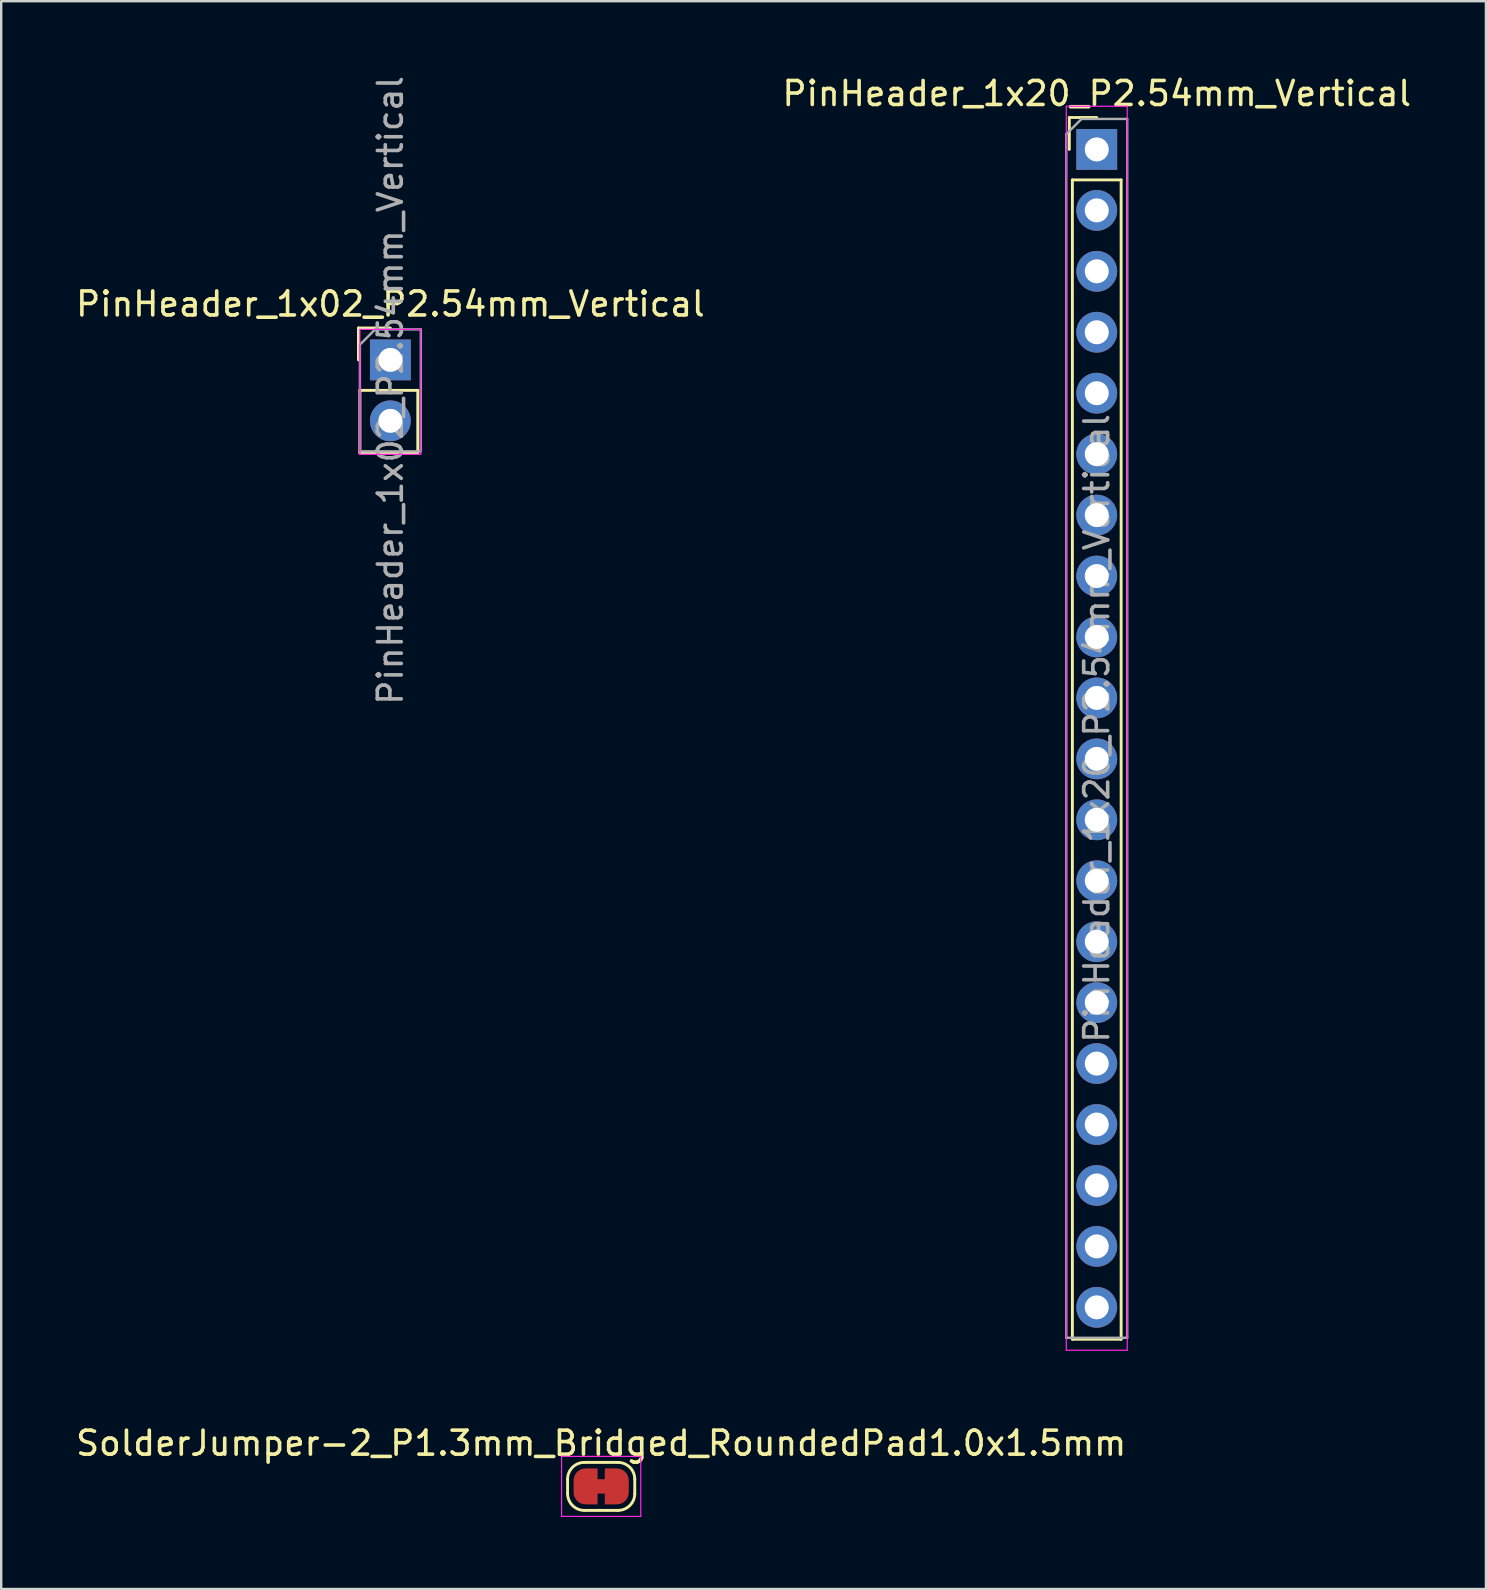
<source format=kicad_pcb>
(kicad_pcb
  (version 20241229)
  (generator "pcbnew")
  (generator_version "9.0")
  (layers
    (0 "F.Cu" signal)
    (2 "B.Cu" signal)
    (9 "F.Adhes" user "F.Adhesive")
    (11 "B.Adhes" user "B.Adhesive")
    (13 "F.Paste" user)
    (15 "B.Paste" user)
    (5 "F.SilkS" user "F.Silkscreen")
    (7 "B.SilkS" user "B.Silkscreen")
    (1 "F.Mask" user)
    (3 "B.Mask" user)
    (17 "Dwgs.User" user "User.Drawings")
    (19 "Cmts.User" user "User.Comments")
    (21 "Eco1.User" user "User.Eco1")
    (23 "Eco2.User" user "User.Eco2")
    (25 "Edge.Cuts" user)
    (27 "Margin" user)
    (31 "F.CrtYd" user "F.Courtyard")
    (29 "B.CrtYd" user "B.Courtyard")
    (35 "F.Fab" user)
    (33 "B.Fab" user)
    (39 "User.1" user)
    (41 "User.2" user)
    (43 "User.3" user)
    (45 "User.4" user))
  (footprint "SolderJumper-2_P1.3mm_Bridged_RoundedPad1.0x1.5mm"
    (layer "F.Cu")
    (at 22.006 58.901)
    (property "Reference" "SolderJumper-2_P1.3mm_Bridged_RoundedPad1.0x1.5mm" (at 0 -1.8 0) (layer "F.SilkS") (effects (font (size 1 1) (thickness 0.15))))
    (attr exclude_from_pos_files exclude_from_bom)
    (fp_poly (pts (xy 0.25 -0.3) (xy -0.25 -0.3) (xy -0.25 0.3) (xy 0.25 0.3)) (stroke (width 0) (type solid)) (fill yes) (layer "F.Cu"))
    (fp_line (start -1.4 0.3) (end -1.4 -0.3) (stroke (width 0.12) (type solid)) (layer "F.SilkS"))
    (fp_line (start -0.7 -1) (end 0.7 -1) (stroke (width 0.12) (type solid)) (layer "F.SilkS"))
    (fp_line (start 0.7 1) (end -0.7 1) (stroke (width 0.12) (type solid)) (layer "F.SilkS"))
    (fp_line (start 1.4 -0.3) (end 1.4 0.3) (stroke (width 0.12) (type solid)) (layer "F.SilkS"))
    (fp_arc (start -1.4 -0.3) (mid -1.194975 -0.794975) (end -0.7 -1) (stroke (width 0.12) (type solid)) (layer "F.SilkS"))
    (fp_arc (start -0.7 1) (mid -1.194975 0.794975) (end -1.4 0.3) (stroke (width 0.12) (type solid)) (layer "F.SilkS"))
    (fp_arc (start 0.7 -1) (mid 1.194975 -0.794975) (end 1.4 -0.3) (stroke (width 0.12) (type solid)) (layer "F.SilkS"))
    (fp_arc (start 1.4 0.3) (mid 1.194975 0.794975) (end 0.7 1) (stroke (width 0.12) (type solid)) (layer "F.SilkS"))
    (fp_line (start -1.65 -1.25) (end -1.65 1.25) (stroke (width 0.05) (type solid)) (layer "F.CrtYd"))
    (fp_line (start -1.65 -1.25) (end 1.65 -1.25) (stroke (width 0.05) (type solid)) (layer "F.CrtYd"))
    (fp_line (start 1.65 1.25) (end -1.65 1.25) (stroke (width 0.05) (type solid)) (layer "F.CrtYd"))
    (fp_line (start 1.65 1.25) (end 1.65 -1.25) (stroke (width 0.05) (type solid)) (layer "F.CrtYd"))
    (pad "1" smd custom (at -0.65 0) (size 1 0.5) (layers "F.Cu" "F.Mask") (options (anchor rect)) (primitives (gr_circle (center 0 0.25) (end 0.5 0.25) (width 0) (fill yes)) (gr_circle (center 0 -0.25) (end 0.5 -0.25) (width 0) (fill yes)) (gr_poly (pts (xy 0.5 0.75) (xy 0 0.75) (xy 0 -0.75) (xy 0.5 -0.75)) (width 0) (fill yes))))
    (pad "2" smd custom (at 0.65 0) (size 1 0.5) (layers "F.Cu" "F.Mask") (options (anchor rect)) (primitives (gr_circle (center 0 0.25) (end 0.5 0.25) (width 0) (fill yes)) (gr_circle (center 0 -0.25) (end 0.5 -0.25) (width 0) (fill yes)) (gr_poly (pts (xy 0 0.75) (xy -0.5 0.75) (xy -0.5 -0.75) (xy 0 -0.75)) (width 0) (fill yes)))))
  (footprint "PinHeader_1x02_P2.54mm_Vertical"
    (layer "F.Cu")
    (at 13.22 11.95)
    (property "Reference" "PinHeader_1x02_P2.54mm_Vertical" (at 0 -2.33 0) (layer "F.SilkS") (effects (font (size 1 1) (thickness 0.15))))
    (attr through_hole)
    (fp_line (start -1.33 -1.33) (end 0 -1.33) (stroke (width 0.12) (type solid)) (layer "F.SilkS"))
    (fp_line (start -1.33 0) (end -1.33 -1.33) (stroke (width 0.12) (type solid)) (layer "F.SilkS"))
    (fp_line (start -1.27 1.27) (end -1.27 3.87) (stroke (width 0.12) (type solid)) (layer "F.SilkS"))
    (fp_line (start -1.27 1.27) (end 1.143 1.27) (stroke (width 0.12) (type solid)) (layer "F.SilkS"))
    (fp_line (start -1.27 3.87) (end 1.143 3.87) (stroke (width 0.12) (type solid)) (layer "F.SilkS"))
    (fp_line (start 1.143 1.27) (end 1.143 3.87) (stroke (width 0.12) (type solid)) (layer "F.SilkS"))
    (fp_line (start -1.27 -1.27) (end -1.27 3.937) (stroke (width 0.05) (type solid)) (layer "F.CrtYd"))
    (fp_line (start -1.27 3.937) (end 1.27 3.937) (stroke (width 0.05) (type solid)) (layer "F.CrtYd"))
    (fp_line (start 1.27 -1.27) (end -1.27 -1.27) (stroke (width 0.05) (type solid)) (layer "F.CrtYd"))
    (fp_line (start 1.27 3.937) (end 1.27 -1.27) (stroke (width 0.05) (type solid)) (layer "F.CrtYd"))
    (fp_line (start -1.27 -0.635) (end -0.635 -1.27) (stroke (width 0.1) (type solid)) (layer "F.Fab"))
    (fp_line (start -1.27 3.81) (end -1.27 -0.635) (stroke (width 0.1) (type solid)) (layer "F.Fab"))
    (fp_line (start -0.635 -1.27) (end 1.27 -1.27) (stroke (width 0.1) (type solid)) (layer "F.Fab"))
    (fp_line (start 1.27 -1.27) (end 1.27 3.81) (stroke (width 0.1) (type solid)) (layer "F.Fab"))
    (fp_line (start 1.27 3.81) (end -1.27 3.81) (stroke (width 0.1) (type solid)) (layer "F.Fab"))
    (fp_text user "${REFERENCE}" (at 0 1.27 90) (layer "F.Fab") (effects (font (size 1 1) (thickness 0.15))))
    (pad "1" thru_hole rect (at 0 0) (size 1.7 1.7) (drill 1) (layers "*.Cu" "*.Mask"))
    (pad "2" thru_hole oval (at 0 2.54) (size 1.7 1.7) (drill 1) (layers "*.Cu" "*.Mask")))
  (footprint "PinHeader_1x20_P2.54mm_Vertical"
    (layer "F.Cu")
    (at 42.661 3.178)
    (property "Reference" "PinHeader_1x20_P2.54mm_Vertical" (at 0 -2.33 0) (layer "F.SilkS") (effects (font (size 1 1) (thickness 0.15))))
    (attr through_hole)
    (fp_line (start -1.143 -1.33) (end 0 -1.33) (stroke (width 0.12) (type solid)) (layer "F.SilkS"))
    (fp_line (start -1.143 0) (end -1.143 -1.33) (stroke (width 0.12) (type solid)) (layer "F.SilkS"))
    (fp_line (start -1.016 1.27) (end -1.016 49.59) (stroke (width 0.12) (type solid)) (layer "F.SilkS"))
    (fp_line (start -1.016 1.27) (end 1.016 1.27) (stroke (width 0.12) (type solid)) (layer "F.SilkS"))
    (fp_line (start -1.016 49.59) (end 1.016 49.59) (stroke (width 0.12) (type solid)) (layer "F.SilkS"))
    (fp_line (start 1.016 1.27) (end 1.016 49.59) (stroke (width 0.12) (type solid)) (layer "F.SilkS"))
    (fp_line (start -1.27 -1.8) (end -1.27 50.05) (stroke (width 0.05) (type solid)) (layer "F.CrtYd"))
    (fp_line (start -1.27 50.05) (end 1.27 50.05) (stroke (width 0.05) (type solid)) (layer "F.CrtYd"))
    (fp_line (start 1.27 -1.8) (end -1.27 -1.8) (stroke (width 0.05) (type solid)) (layer "F.CrtYd"))
    (fp_line (start 1.27 50.05) (end 1.27 -1.8) (stroke (width 0.05) (type solid)) (layer "F.CrtYd"))
    (fp_line (start -1.27 -0.635) (end -0.635 -1.27) (stroke (width 0.1) (type solid)) (layer "F.Fab"))
    (fp_line (start -1.27 49.53) (end -1.27 -0.635) (stroke (width 0.1) (type solid)) (layer "F.Fab"))
    (fp_line (start -0.635 -1.27) (end 1.27 -1.27) (stroke (width 0.1) (type solid)) (layer "F.Fab"))
    (fp_line (start 1.27 -1.27) (end 1.27 49.53) (stroke (width 0.1) (type solid)) (layer "F.Fab"))
    (fp_line (start 1.27 49.53) (end -1.27 49.53) (stroke (width 0.1) (type solid)) (layer "F.Fab"))
    (fp_text user "${REFERENCE}" (at 0 24.13 90) (layer "F.Fab") (effects (font (size 1 1) (thickness 0.15))))
    (pad "1" thru_hole rect (at 0 0) (size 1.7 1.7) (drill 1) (layers "*.Cu" "*.Mask"))
    (pad "2" thru_hole oval (at 0 2.54) (size 1.7 1.7) (drill 1) (layers "*.Cu" "*.Mask"))
    (pad "3" thru_hole oval (at 0 5.08) (size 1.7 1.7) (drill 1) (layers "*.Cu" "*.Mask"))
    (pad "4" thru_hole oval (at 0 7.62) (size 1.7 1.7) (drill 1) (layers "*.Cu" "*.Mask"))
    (pad "5" thru_hole oval (at 0 10.16) (size 1.7 1.7) (drill 1) (layers "*.Cu" "*.Mask"))
    (pad "6" thru_hole oval (at 0 12.7) (size 1.7 1.7) (drill 1) (layers "*.Cu" "*.Mask"))
    (pad "7" thru_hole oval (at 0 15.24) (size 1.7 1.7) (drill 1) (layers "*.Cu" "*.Mask"))
    (pad "8" thru_hole oval (at 0 17.78) (size 1.7 1.7) (drill 1) (layers "*.Cu" "*.Mask"))
    (pad "9" thru_hole oval (at 0 20.32) (size 1.7 1.7) (drill 1) (layers "*.Cu" "*.Mask"))
    (pad "10" thru_hole oval (at 0 22.86) (size 1.7 1.7) (drill 1) (layers "*.Cu" "*.Mask"))
    (pad "11" thru_hole oval (at 0 25.4) (size 1.7 1.7) (drill 1) (layers "*.Cu" "*.Mask"))
    (pad "12" thru_hole oval (at 0 27.94) (size 1.7 1.7) (drill 1) (layers "*.Cu" "*.Mask"))
    (pad "13" thru_hole oval (at 0 30.48) (size 1.7 1.7) (drill 1) (layers "*.Cu" "*.Mask"))
    (pad "14" thru_hole oval (at 0 33.02) (size 1.7 1.7) (drill 1) (layers "*.Cu" "*.Mask"))
    (pad "15" thru_hole oval (at 0 35.56) (size 1.7 1.7) (drill 1) (layers "*.Cu" "*.Mask"))
    (pad "16" thru_hole oval (at 0 38.1) (size 1.7 1.7) (drill 1) (layers "*.Cu" "*.Mask"))
    (pad "17" thru_hole oval (at 0 40.64) (size 1.7 1.7) (drill 1) (layers "*.Cu" "*.Mask"))
    (pad "18" thru_hole oval (at 0 43.18) (size 1.7 1.7) (drill 1) (layers "*.Cu" "*.Mask"))
    (pad "19" thru_hole oval (at 0 45.72) (size 1.7 1.7) (drill 1) (layers "*.Cu" "*.Mask"))
    (pad "20" thru_hole oval (at 0 48.26) (size 1.7 1.7) (drill 1) (layers "*.Cu" "*.Mask")))
  (gr_rect
    (start -3 -3)
    (end 58.881 63.176)
    (stroke (width 0.1) (type default))
    (fill no)
    (layer "Edge.Cuts")))
</source>
